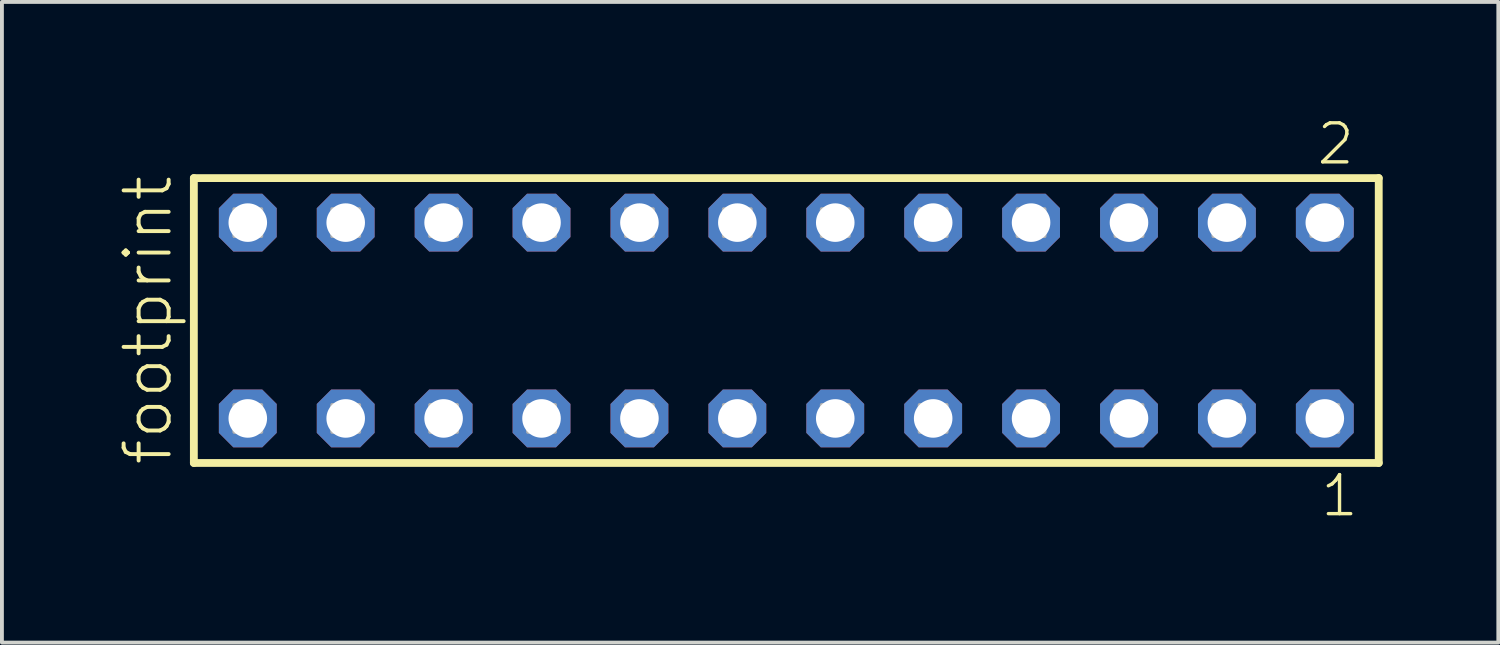
<source format=kicad_pcb>
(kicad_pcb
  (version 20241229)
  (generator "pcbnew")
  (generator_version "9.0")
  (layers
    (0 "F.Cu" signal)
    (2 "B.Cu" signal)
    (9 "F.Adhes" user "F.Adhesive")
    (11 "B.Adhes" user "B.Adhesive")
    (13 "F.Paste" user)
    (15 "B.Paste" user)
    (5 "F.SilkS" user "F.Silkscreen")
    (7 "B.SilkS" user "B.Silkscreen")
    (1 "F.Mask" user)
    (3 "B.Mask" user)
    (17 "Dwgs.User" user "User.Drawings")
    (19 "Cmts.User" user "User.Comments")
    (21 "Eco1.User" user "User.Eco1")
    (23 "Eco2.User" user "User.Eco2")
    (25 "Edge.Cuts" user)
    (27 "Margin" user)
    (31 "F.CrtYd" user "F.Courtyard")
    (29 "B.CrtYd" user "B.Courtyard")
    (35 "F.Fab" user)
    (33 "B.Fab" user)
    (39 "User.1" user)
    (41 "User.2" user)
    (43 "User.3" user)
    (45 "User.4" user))
  (footprint "footprint"
    (layer "F.Cu")
    (at 17.348 5.265)
    (property "Reference" "footprint" (at -15.875 3.81 90) (layer "F.SilkS") (effects (font (size 1.168 1.168) (thickness 0.102)) (justify left bottom)))
    (fp_line (start -15.369 -3.695) (end 15.369 -3.695) (stroke (width 0.203) (type solid)) (layer "F.SilkS"))
    (fp_line (start -15.369 3.695) (end -15.369 -3.695) (stroke (width 0.203) (type solid)) (layer "F.SilkS"))
    (fp_line (start 15.369 -3.695) (end 15.369 3.695) (stroke (width 0.203) (type solid)) (layer "F.SilkS"))
    (fp_line (start 15.369 3.695) (end -15.369 3.695) (stroke (width 0.203) (type solid)) (layer "F.SilkS"))
    (fp_poly (pts (xy -14.32 -2.19) (xy -13.62 -2.19) (xy -13.62 -2.89) (xy -14.32 -2.89)) (stroke (width 0.1) (type solid)) (fill no) (layer "F.Fab"))
    (fp_poly (pts (xy -14.32 2.89) (xy -13.62 2.89) (xy -13.62 2.19) (xy -14.32 2.19)) (stroke (width 0.1) (type solid)) (fill no) (layer "F.Fab"))
    (fp_poly (pts (xy -11.78 -2.19) (xy -11.08 -2.19) (xy -11.08 -2.89) (xy -11.78 -2.89)) (stroke (width 0.1) (type solid)) (fill no) (layer "F.Fab"))
    (fp_poly (pts (xy -11.78 2.89) (xy -11.08 2.89) (xy -11.08 2.19) (xy -11.78 2.19)) (stroke (width 0.1) (type solid)) (fill no) (layer "F.Fab"))
    (fp_poly (pts (xy -9.24 -2.19) (xy -8.54 -2.19) (xy -8.54 -2.89) (xy -9.24 -2.89)) (stroke (width 0.1) (type solid)) (fill no) (layer "F.Fab"))
    (fp_poly (pts (xy -9.24 2.89) (xy -8.54 2.89) (xy -8.54 2.19) (xy -9.24 2.19)) (stroke (width 0.1) (type solid)) (fill no) (layer "F.Fab"))
    (fp_poly (pts (xy -6.7 -2.19) (xy -6 -2.19) (xy -6 -2.89) (xy -6.7 -2.89)) (stroke (width 0.1) (type solid)) (fill no) (layer "F.Fab"))
    (fp_poly (pts (xy -6.7 2.89) (xy -6 2.89) (xy -6 2.19) (xy -6.7 2.19)) (stroke (width 0.1) (type solid)) (fill no) (layer "F.Fab"))
    (fp_poly (pts (xy -4.16 -2.19) (xy -3.46 -2.19) (xy -3.46 -2.89) (xy -4.16 -2.89)) (stroke (width 0.1) (type solid)) (fill no) (layer "F.Fab"))
    (fp_poly (pts (xy -4.16 2.89) (xy -3.46 2.89) (xy -3.46 2.19) (xy -4.16 2.19)) (stroke (width 0.1) (type solid)) (fill no) (layer "F.Fab"))
    (fp_poly (pts (xy -1.62 -2.19) (xy -0.92 -2.19) (xy -0.92 -2.89) (xy -1.62 -2.89)) (stroke (width 0.1) (type solid)) (fill no) (layer "F.Fab"))
    (fp_poly (pts (xy -1.62 2.89) (xy -0.92 2.89) (xy -0.92 2.19) (xy -1.62 2.19)) (stroke (width 0.1) (type solid)) (fill no) (layer "F.Fab"))
    (fp_poly (pts (xy 0.92 -2.19) (xy 1.62 -2.19) (xy 1.62 -2.89) (xy 0.92 -2.89)) (stroke (width 0.1) (type solid)) (fill no) (layer "F.Fab"))
    (fp_poly (pts (xy 0.92 2.89) (xy 1.62 2.89) (xy 1.62 2.19) (xy 0.92 2.19)) (stroke (width 0.1) (type solid)) (fill no) (layer "F.Fab"))
    (fp_poly (pts (xy 3.46 -2.19) (xy 4.16 -2.19) (xy 4.16 -2.89) (xy 3.46 -2.89)) (stroke (width 0.1) (type solid)) (fill no) (layer "F.Fab"))
    (fp_poly (pts (xy 3.46 2.89) (xy 4.16 2.89) (xy 4.16 2.19) (xy 3.46 2.19)) (stroke (width 0.1) (type solid)) (fill no) (layer "F.Fab"))
    (fp_poly (pts (xy 6 -2.19) (xy 6.7 -2.19) (xy 6.7 -2.89) (xy 6 -2.89)) (stroke (width 0.1) (type solid)) (fill no) (layer "F.Fab"))
    (fp_poly (pts (xy 6 2.89) (xy 6.7 2.89) (xy 6.7 2.19) (xy 6 2.19)) (stroke (width 0.1) (type solid)) (fill no) (layer "F.Fab"))
    (fp_poly (pts (xy 8.54 -2.19) (xy 9.24 -2.19) (xy 9.24 -2.89) (xy 8.54 -2.89)) (stroke (width 0.1) (type solid)) (fill no) (layer "F.Fab"))
    (fp_poly (pts (xy 8.54 2.89) (xy 9.24 2.89) (xy 9.24 2.19) (xy 8.54 2.19)) (stroke (width 0.1) (type solid)) (fill no) (layer "F.Fab"))
    (fp_poly (pts (xy 11.08 -2.19) (xy 11.78 -2.19) (xy 11.78 -2.89) (xy 11.08 -2.89)) (stroke (width 0.1) (type solid)) (fill no) (layer "F.Fab"))
    (fp_poly (pts (xy 11.08 2.89) (xy 11.78 2.89) (xy 11.78 2.19) (xy 11.08 2.19)) (stroke (width 0.1) (type solid)) (fill no) (layer "F.Fab"))
    (fp_poly (pts (xy 13.62 -2.19) (xy 14.32 -2.19) (xy 14.32 -2.89) (xy 13.62 -2.89)) (stroke (width 0.1) (type solid)) (fill no) (layer "F.Fab"))
    (fp_poly (pts (xy 13.62 2.89) (xy 14.32 2.89) (xy 14.32 2.19) (xy 13.62 2.19)) (stroke (width 0.1) (type solid)) (fill no) (layer "F.Fab"))
    (fp_text user "1" (at 13.812 5.138 0) (layer "F.SilkS") (effects (font (size 1.012 1.012) (thickness 0.088)) (justify left bottom)))
    (fp_text user "2" (at 13.712 -3.989 0) (layer "F.SilkS") (effects (font (size 1.012 1.012) (thickness 0.088)) (justify left bottom)))
    (pad "1" thru_hole roundrect (at 13.97 2.54 180) (size 1.5 1.5) (drill 1) (layers "*.Cu" "*.Mask") (roundrect_rratio 0.25) (chamfer_ratio 0.25) (chamfer top_left top_right bottom_left bottom_right))
    (pad "2" thru_hole roundrect (at 13.97 -2.54 180) (size 1.5 1.5) (drill 1) (layers "*.Cu" "*.Mask") (roundrect_rratio 0.25) (chamfer_ratio 0.25) (chamfer top_left top_right bottom_left bottom_right))
    (pad "3" thru_hole roundrect (at 11.43 2.54 180) (size 1.5 1.5) (drill 1) (layers "*.Cu" "*.Mask") (roundrect_rratio 0.25) (chamfer_ratio 0.25) (chamfer top_left top_right bottom_left bottom_right))
    (pad "4" thru_hole roundrect (at 11.43 -2.54 180) (size 1.5 1.5) (drill 1) (layers "*.Cu" "*.Mask") (roundrect_rratio 0.25) (chamfer_ratio 0.25) (chamfer top_left top_right bottom_left bottom_right))
    (pad "5" thru_hole roundrect (at 8.89 2.54 180) (size 1.5 1.5) (drill 1) (layers "*.Cu" "*.Mask") (roundrect_rratio 0.25) (chamfer_ratio 0.25) (chamfer top_left top_right bottom_left bottom_right))
    (pad "6" thru_hole roundrect (at 8.89 -2.54 180) (size 1.5 1.5) (drill 1) (layers "*.Cu" "*.Mask") (roundrect_rratio 0.25) (chamfer_ratio 0.25) (chamfer top_left top_right bottom_left bottom_right))
    (pad "7" thru_hole roundrect (at 6.35 2.54 180) (size 1.5 1.5) (drill 1) (layers "*.Cu" "*.Mask") (roundrect_rratio 0.25) (chamfer_ratio 0.25) (chamfer top_left top_right bottom_left bottom_right))
    (pad "8" thru_hole roundrect (at 6.35 -2.54 180) (size 1.5 1.5) (drill 1) (layers "*.Cu" "*.Mask") (roundrect_rratio 0.25) (chamfer_ratio 0.25) (chamfer top_left top_right bottom_left bottom_right))
    (pad "9" thru_hole roundrect (at 3.81 2.54 180) (size 1.5 1.5) (drill 1) (layers "*.Cu" "*.Mask") (roundrect_rratio 0.25) (chamfer_ratio 0.25) (chamfer top_left top_right bottom_left bottom_right))
    (pad "10" thru_hole roundrect (at 3.81 -2.54 180) (size 1.5 1.5) (drill 1) (layers "*.Cu" "*.Mask") (roundrect_rratio 0.25) (chamfer_ratio 0.25) (chamfer top_left top_right bottom_left bottom_right))
    (pad "11" thru_hole roundrect (at 1.27 2.54 180) (size 1.5 1.5) (drill 1) (layers "*.Cu" "*.Mask") (roundrect_rratio 0.25) (chamfer_ratio 0.25) (chamfer top_left top_right bottom_left bottom_right))
    (pad "12" thru_hole roundrect (at 1.27 -2.54 180) (size 1.5 1.5) (drill 1) (layers "*.Cu" "*.Mask") (roundrect_rratio 0.25) (chamfer_ratio 0.25) (chamfer top_left top_right bottom_left bottom_right))
    (pad "13" thru_hole roundrect (at -1.27 2.54 180) (size 1.5 1.5) (drill 1) (layers "*.Cu" "*.Mask") (roundrect_rratio 0.25) (chamfer_ratio 0.25) (chamfer top_left top_right bottom_left bottom_right))
    (pad "14" thru_hole roundrect (at -1.27 -2.54 180) (size 1.5 1.5) (drill 1) (layers "*.Cu" "*.Mask") (roundrect_rratio 0.25) (chamfer_ratio 0.25) (chamfer top_left top_right bottom_left bottom_right))
    (pad "15" thru_hole roundrect (at -3.81 2.54 180) (size 1.5 1.5) (drill 1) (layers "*.Cu" "*.Mask") (roundrect_rratio 0.25) (chamfer_ratio 0.25) (chamfer top_left top_right bottom_left bottom_right))
    (pad "16" thru_hole roundrect (at -3.81 -2.54 180) (size 1.5 1.5) (drill 1) (layers "*.Cu" "*.Mask") (roundrect_rratio 0.25) (chamfer_ratio 0.25) (chamfer top_left top_right bottom_left bottom_right))
    (pad "17" thru_hole roundrect (at -6.35 2.54 180) (size 1.5 1.5) (drill 1) (layers "*.Cu" "*.Mask") (roundrect_rratio 0.25) (chamfer_ratio 0.25) (chamfer top_left top_right bottom_left bottom_right))
    (pad "18" thru_hole roundrect (at -6.35 -2.54 180) (size 1.5 1.5) (drill 1) (layers "*.Cu" "*.Mask") (roundrect_rratio 0.25) (chamfer_ratio 0.25) (chamfer top_left top_right bottom_left bottom_right))
    (pad "19" thru_hole roundrect (at -8.89 2.54 180) (size 1.5 1.5) (drill 1) (layers "*.Cu" "*.Mask") (roundrect_rratio 0.25) (chamfer_ratio 0.25) (chamfer top_left top_right bottom_left bottom_right))
    (pad "20" thru_hole roundrect (at -8.89 -2.54 180) (size 1.5 1.5) (drill 1) (layers "*.Cu" "*.Mask") (roundrect_rratio 0.25) (chamfer_ratio 0.25) (chamfer top_left top_right bottom_left bottom_right))
    (pad "21" thru_hole roundrect (at -11.43 2.54 180) (size 1.5 1.5) (drill 1) (layers "*.Cu" "*.Mask") (roundrect_rratio 0.25) (chamfer_ratio 0.25) (chamfer top_left top_right bottom_left bottom_right))
    (pad "22" thru_hole roundrect (at -11.43 -2.54 180) (size 1.5 1.5) (drill 1) (layers "*.Cu" "*.Mask") (roundrect_rratio 0.25) (chamfer_ratio 0.25) (chamfer top_left top_right bottom_left bottom_right))
    (pad "23" thru_hole roundrect (at -13.97 2.54 180) (size 1.5 1.5) (drill 1) (layers "*.Cu" "*.Mask") (roundrect_rratio 0.25) (chamfer_ratio 0.25) (chamfer top_left top_right bottom_left bottom_right))
    (pad "24" thru_hole roundrect (at -13.97 -2.54 180) (size 1.5 1.5) (drill 1) (layers "*.Cu" "*.Mask") (roundrect_rratio 0.25) (chamfer_ratio 0.25) (chamfer top_left top_right bottom_left bottom_right)))
  (gr_rect
    (start -3 -3)
    (end 35.819 13.62)
    (stroke (width 0.1) (type default))
    (fill no)
    (layer "Edge.Cuts")))
</source>
